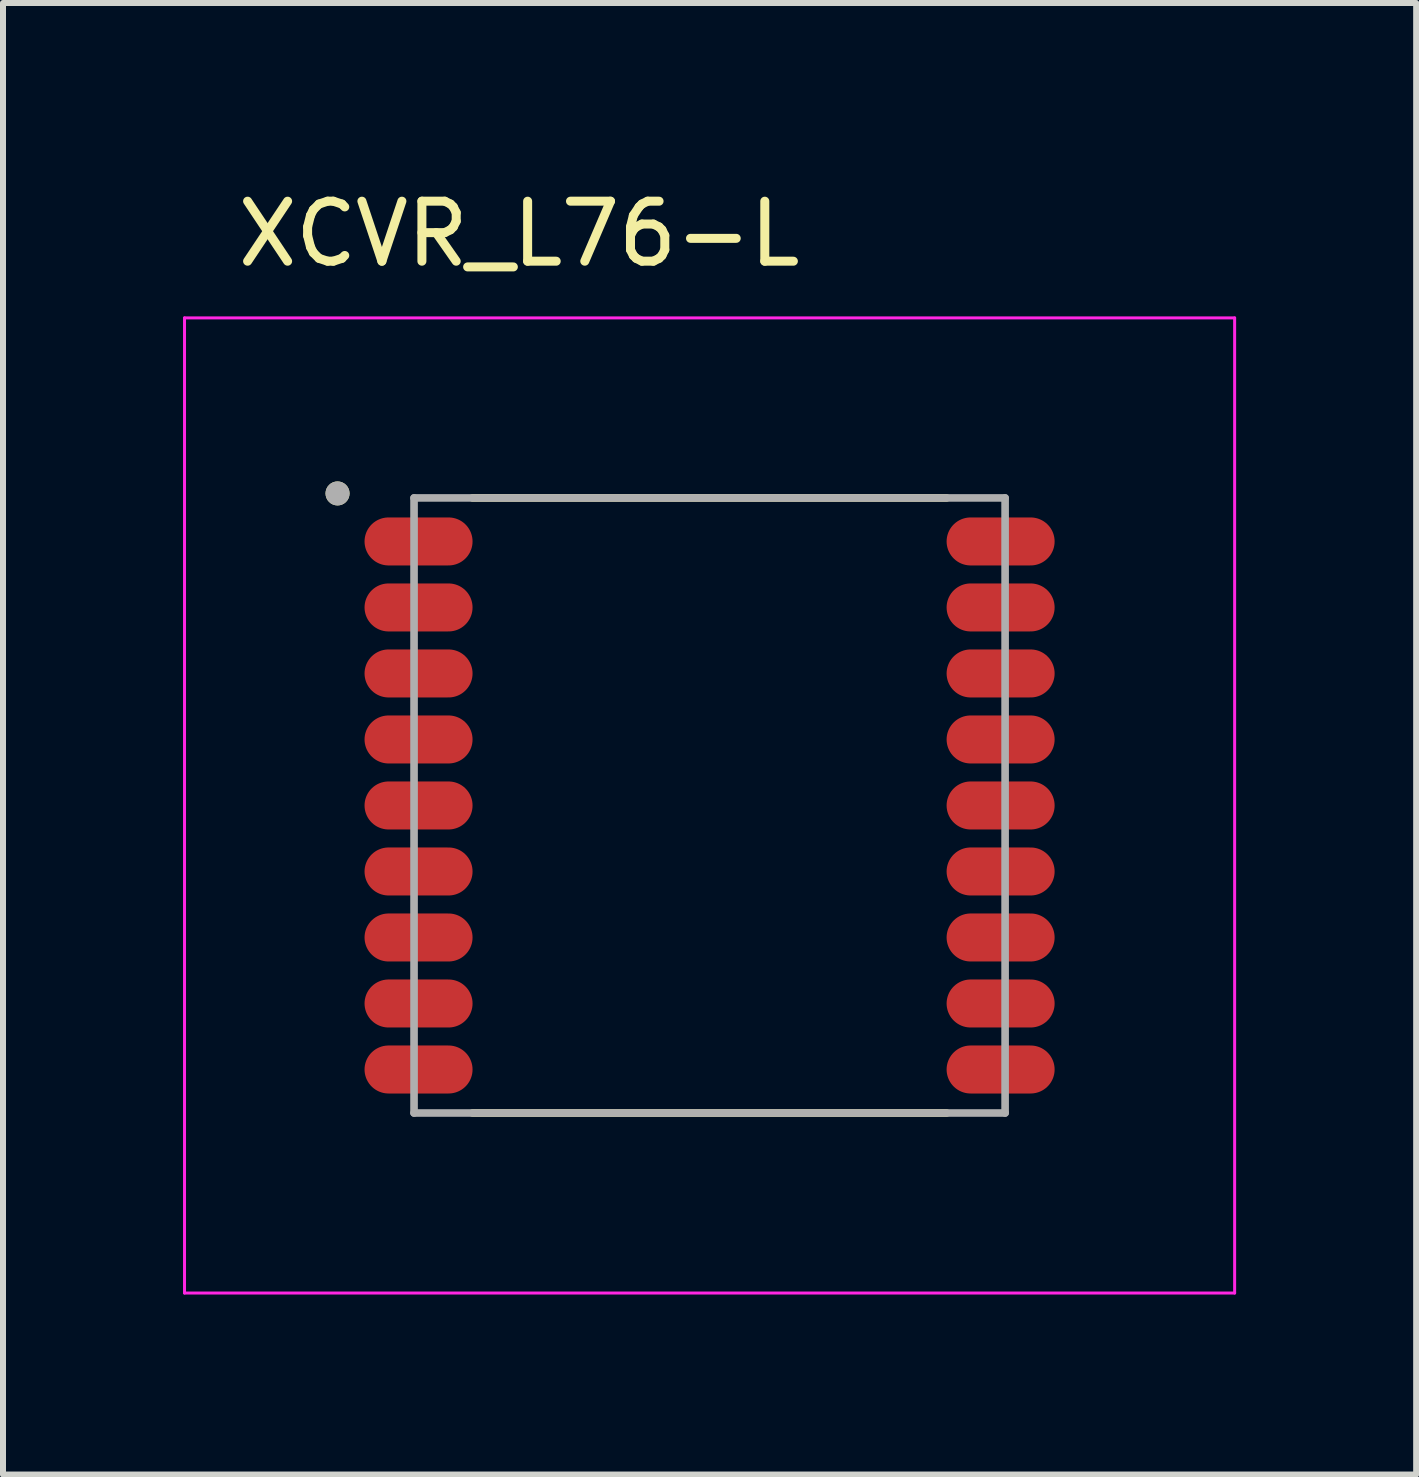
<source format=kicad_pcb>
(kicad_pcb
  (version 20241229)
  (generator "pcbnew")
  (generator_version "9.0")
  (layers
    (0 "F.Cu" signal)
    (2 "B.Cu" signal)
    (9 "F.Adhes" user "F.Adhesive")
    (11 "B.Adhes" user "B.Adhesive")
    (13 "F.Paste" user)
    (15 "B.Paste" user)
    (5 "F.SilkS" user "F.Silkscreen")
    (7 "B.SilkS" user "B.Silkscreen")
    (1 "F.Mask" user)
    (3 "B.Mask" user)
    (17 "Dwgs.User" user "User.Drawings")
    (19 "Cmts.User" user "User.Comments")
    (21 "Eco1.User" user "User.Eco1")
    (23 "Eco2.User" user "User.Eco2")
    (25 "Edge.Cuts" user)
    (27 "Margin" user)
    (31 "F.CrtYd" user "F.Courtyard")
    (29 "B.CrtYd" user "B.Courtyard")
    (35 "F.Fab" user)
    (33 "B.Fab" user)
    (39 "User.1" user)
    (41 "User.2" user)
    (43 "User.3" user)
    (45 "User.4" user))
  (footprint "XCVR_L76-L"
    (layer "F.Cu")
    (at 8.775 10.373)
    (property "Reference" "XCVR_L76-L" (at -3.175 -9.525 0) (layer "F.SilkS") (effects (font (size 1 1) (thickness 0.15))))
    (attr through_hole)
    (fp_line (start -3.95 -5.125) (end 3.95 -5.125) (stroke (width 0.127) (type solid)) (layer "F.SilkS"))
    (fp_line (start -3.95 5.125) (end 3.95 5.125) (stroke (width 0.127) (type solid)) (layer "F.SilkS"))
    (fp_circle (center -6.2 -5.2) (end -6.1 -5.2) (stroke (width 0.2) (type solid)) (fill no) (layer "F.SilkS"))
    (fp_poly (pts (xy -5.1 -4.8) (xy -4.45 -4.8) (xy -4.408 -4.798) (xy -4.367 -4.791) (xy -4.326 -4.78) (xy -4.287 -4.765) (xy -4.25 -4.746) (xy -4.215 -4.724) (xy -4.182 -4.697) (xy -4.153 -4.668) (xy -4.126 -4.635) (xy -4.104 -4.6) (xy -4.085 -4.563) (xy -4.07 -4.524) (xy -4.059 -4.483) (xy -4.052 -4.442) (xy -4.05 -4.4) (xy -4.052 -4.358) (xy -4.059 -4.317) (xy -4.07 -4.276) (xy -4.085 -4.237) (xy -4.104 -4.2) (xy -4.126 -4.165) (xy -4.153 -4.132) (xy -4.182 -4.103) (xy -4.215 -4.076) (xy -4.25 -4.054) (xy -4.287 -4.035) (xy -4.326 -4.02) (xy -4.367 -4.009) (xy -4.408 -4.002) (xy -4.45 -4) (xy -5.75 -4) (xy -5.792 -4.002) (xy -5.833 -4.009) (xy -5.874 -4.02) (xy -5.913 -4.035) (xy -5.95 -4.054) (xy -5.985 -4.076) (xy -6.018 -4.103) (xy -6.047 -4.132) (xy -6.074 -4.165) (xy -6.096 -4.2) (xy -6.115 -4.237) (xy -6.13 -4.276) (xy -6.141 -4.317) (xy -6.148 -4.358) (xy -6.15 -4.4) (xy -6.148 -4.442) (xy -6.141 -4.483) (xy -6.13 -4.524) (xy -6.115 -4.563) (xy -6.096 -4.6) (xy -6.074 -4.635) (xy -6.047 -4.668) (xy -6.018 -4.697) (xy -5.985 -4.724) (xy -5.95 -4.746) (xy -5.913 -4.765) (xy -5.874 -4.78) (xy -5.833 -4.791) (xy -5.792 -4.798) (xy -5.75 -4.8) (xy -5.1 -4.8)) (stroke (width 0.0001) (type solid)) (fill yes) (layer "F.Paste"))
    (fp_poly (pts (xy -5.1 -3.7) (xy -4.45 -3.7) (xy -4.408 -3.698) (xy -4.367 -3.691) (xy -4.326 -3.68) (xy -4.287 -3.665) (xy -4.25 -3.646) (xy -4.215 -3.624) (xy -4.182 -3.597) (xy -4.153 -3.568) (xy -4.126 -3.535) (xy -4.104 -3.5) (xy -4.085 -3.463) (xy -4.07 -3.424) (xy -4.059 -3.383) (xy -4.052 -3.342) (xy -4.05 -3.3) (xy -4.052 -3.258) (xy -4.059 -3.217) (xy -4.07 -3.176) (xy -4.085 -3.137) (xy -4.104 -3.1) (xy -4.126 -3.065) (xy -4.153 -3.032) (xy -4.182 -3.003) (xy -4.215 -2.976) (xy -4.25 -2.954) (xy -4.287 -2.935) (xy -4.326 -2.92) (xy -4.367 -2.909) (xy -4.408 -2.902) (xy -4.45 -2.9) (xy -5.75 -2.9) (xy -5.792 -2.902) (xy -5.833 -2.909) (xy -5.874 -2.92) (xy -5.913 -2.935) (xy -5.95 -2.954) (xy -5.985 -2.976) (xy -6.018 -3.003) (xy -6.047 -3.032) (xy -6.074 -3.065) (xy -6.096 -3.1) (xy -6.115 -3.137) (xy -6.13 -3.176) (xy -6.141 -3.217) (xy -6.148 -3.258) (xy -6.15 -3.3) (xy -6.148 -3.342) (xy -6.141 -3.383) (xy -6.13 -3.424) (xy -6.115 -3.463) (xy -6.096 -3.5) (xy -6.074 -3.535) (xy -6.047 -3.568) (xy -6.018 -3.597) (xy -5.985 -3.624) (xy -5.95 -3.646) (xy -5.913 -3.665) (xy -5.874 -3.68) (xy -5.833 -3.691) (xy -5.792 -3.698) (xy -5.75 -3.7) (xy -5.1 -3.7)) (stroke (width 0.0001) (type solid)) (fill yes) (layer "F.Paste"))
    (fp_poly (pts (xy -5.1 -2.6) (xy -4.45 -2.6) (xy -4.408 -2.598) (xy -4.367 -2.591) (xy -4.326 -2.58) (xy -4.287 -2.565) (xy -4.25 -2.546) (xy -4.215 -2.524) (xy -4.182 -2.497) (xy -4.153 -2.468) (xy -4.126 -2.435) (xy -4.104 -2.4) (xy -4.085 -2.363) (xy -4.07 -2.324) (xy -4.059 -2.283) (xy -4.052 -2.242) (xy -4.05 -2.2) (xy -4.052 -2.158) (xy -4.059 -2.117) (xy -4.07 -2.076) (xy -4.085 -2.037) (xy -4.104 -2) (xy -4.126 -1.965) (xy -4.153 -1.932) (xy -4.182 -1.903) (xy -4.215 -1.876) (xy -4.25 -1.854) (xy -4.287 -1.835) (xy -4.326 -1.82) (xy -4.367 -1.809) (xy -4.408 -1.802) (xy -4.45 -1.8) (xy -5.75 -1.8) (xy -5.792 -1.802) (xy -5.833 -1.809) (xy -5.874 -1.82) (xy -5.913 -1.835) (xy -5.95 -1.854) (xy -5.985 -1.876) (xy -6.018 -1.903) (xy -6.047 -1.932) (xy -6.074 -1.965) (xy -6.096 -2) (xy -6.115 -2.037) (xy -6.13 -2.076) (xy -6.141 -2.117) (xy -6.148 -2.158) (xy -6.15 -2.2) (xy -6.148 -2.242) (xy -6.141 -2.283) (xy -6.13 -2.324) (xy -6.115 -2.363) (xy -6.096 -2.4) (xy -6.074 -2.435) (xy -6.047 -2.468) (xy -6.018 -2.497) (xy -5.985 -2.524) (xy -5.95 -2.546) (xy -5.913 -2.565) (xy -5.874 -2.58) (xy -5.833 -2.591) (xy -5.792 -2.598) (xy -5.75 -2.6) (xy -5.1 -2.6)) (stroke (width 0.0001) (type solid)) (fill yes) (layer "F.Paste"))
    (fp_poly (pts (xy -5.1 -1.5) (xy -4.45 -1.5) (xy -4.408 -1.498) (xy -4.367 -1.491) (xy -4.326 -1.48) (xy -4.287 -1.465) (xy -4.25 -1.446) (xy -4.215 -1.424) (xy -4.182 -1.397) (xy -4.153 -1.368) (xy -4.126 -1.335) (xy -4.104 -1.3) (xy -4.085 -1.263) (xy -4.07 -1.224) (xy -4.059 -1.183) (xy -4.052 -1.142) (xy -4.05 -1.1) (xy -4.052 -1.058) (xy -4.059 -1.017) (xy -4.07 -0.976) (xy -4.085 -0.937) (xy -4.104 -0.9) (xy -4.126 -0.865) (xy -4.153 -0.832) (xy -4.182 -0.803) (xy -4.215 -0.776) (xy -4.25 -0.754) (xy -4.287 -0.735) (xy -4.326 -0.72) (xy -4.367 -0.709) (xy -4.408 -0.702) (xy -4.45 -0.7) (xy -5.75 -0.7) (xy -5.792 -0.702) (xy -5.833 -0.709) (xy -5.874 -0.72) (xy -5.913 -0.735) (xy -5.95 -0.754) (xy -5.985 -0.776) (xy -6.018 -0.803) (xy -6.047 -0.832) (xy -6.074 -0.865) (xy -6.096 -0.9) (xy -6.115 -0.937) (xy -6.13 -0.976) (xy -6.141 -1.017) (xy -6.148 -1.058) (xy -6.15 -1.1) (xy -6.148 -1.142) (xy -6.141 -1.183) (xy -6.13 -1.224) (xy -6.115 -1.263) (xy -6.096 -1.3) (xy -6.074 -1.335) (xy -6.047 -1.368) (xy -6.018 -1.397) (xy -5.985 -1.424) (xy -5.95 -1.446) (xy -5.913 -1.465) (xy -5.874 -1.48) (xy -5.833 -1.491) (xy -5.792 -1.498) (xy -5.75 -1.5) (xy -5.1 -1.5)) (stroke (width 0.0001) (type solid)) (fill yes) (layer "F.Paste"))
    (fp_poly (pts (xy -5.1 -0.4) (xy -4.45 -0.4) (xy -4.408 -0.398) (xy -4.367 -0.391) (xy -4.326 -0.38) (xy -4.287 -0.365) (xy -4.25 -0.346) (xy -4.215 -0.324) (xy -4.182 -0.297) (xy -4.153 -0.268) (xy -4.126 -0.235) (xy -4.104 -0.2) (xy -4.085 -0.163) (xy -4.07 -0.124) (xy -4.059 -0.083) (xy -4.052 -0.042) (xy -4.05 0) (xy -4.052 0.042) (xy -4.059 0.083) (xy -4.07 0.124) (xy -4.085 0.163) (xy -4.104 0.2) (xy -4.126 0.235) (xy -4.153 0.268) (xy -4.182 0.297) (xy -4.215 0.324) (xy -4.25 0.346) (xy -4.287 0.365) (xy -4.326 0.38) (xy -4.367 0.391) (xy -4.408 0.398) (xy -4.45 0.4) (xy -5.75 0.4) (xy -5.792 0.398) (xy -5.833 0.391) (xy -5.874 0.38) (xy -5.913 0.365) (xy -5.95 0.346) (xy -5.985 0.324) (xy -6.018 0.297) (xy -6.047 0.268) (xy -6.074 0.235) (xy -6.096 0.2) (xy -6.115 0.163) (xy -6.13 0.124) (xy -6.141 0.083) (xy -6.148 0.042) (xy -6.15 0) (xy -6.148 -0.042) (xy -6.141 -0.083) (xy -6.13 -0.124) (xy -6.115 -0.163) (xy -6.096 -0.2) (xy -6.074 -0.235) (xy -6.047 -0.268) (xy -6.018 -0.297) (xy -5.985 -0.324) (xy -5.95 -0.346) (xy -5.913 -0.365) (xy -5.874 -0.38) (xy -5.833 -0.391) (xy -5.792 -0.398) (xy -5.75 -0.4) (xy -5.1 -0.4)) (stroke (width 0.0001) (type solid)) (fill yes) (layer "F.Paste"))
    (fp_poly (pts (xy -5.1 0.7) (xy -4.45 0.7) (xy -4.408 0.702) (xy -4.367 0.709) (xy -4.326 0.72) (xy -4.287 0.735) (xy -4.25 0.754) (xy -4.215 0.776) (xy -4.182 0.803) (xy -4.153 0.832) (xy -4.126 0.865) (xy -4.104 0.9) (xy -4.085 0.937) (xy -4.07 0.976) (xy -4.059 1.017) (xy -4.052 1.058) (xy -4.05 1.1) (xy -4.052 1.142) (xy -4.059 1.183) (xy -4.07 1.224) (xy -4.085 1.263) (xy -4.104 1.3) (xy -4.126 1.335) (xy -4.153 1.368) (xy -4.182 1.397) (xy -4.215 1.424) (xy -4.25 1.446) (xy -4.287 1.465) (xy -4.326 1.48) (xy -4.367 1.491) (xy -4.408 1.498) (xy -4.45 1.5) (xy -5.75 1.5) (xy -5.792 1.498) (xy -5.833 1.491) (xy -5.874 1.48) (xy -5.913 1.465) (xy -5.95 1.446) (xy -5.985 1.424) (xy -6.018 1.397) (xy -6.047 1.368) (xy -6.074 1.335) (xy -6.096 1.3) (xy -6.115 1.263) (xy -6.13 1.224) (xy -6.141 1.183) (xy -6.148 1.142) (xy -6.15 1.1) (xy -6.148 1.058) (xy -6.141 1.017) (xy -6.13 0.976) (xy -6.115 0.937) (xy -6.096 0.9) (xy -6.074 0.865) (xy -6.047 0.832) (xy -6.018 0.803) (xy -5.985 0.776) (xy -5.95 0.754) (xy -5.913 0.735) (xy -5.874 0.72) (xy -5.833 0.709) (xy -5.792 0.702) (xy -5.75 0.7) (xy -5.1 0.7)) (stroke (width 0.0001) (type solid)) (fill yes) (layer "F.Paste"))
    (fp_poly (pts (xy -5.1 1.8) (xy -4.45 1.8) (xy -4.408 1.802) (xy -4.367 1.809) (xy -4.326 1.82) (xy -4.287 1.835) (xy -4.25 1.854) (xy -4.215 1.876) (xy -4.182 1.903) (xy -4.153 1.932) (xy -4.126 1.965) (xy -4.104 2) (xy -4.085 2.037) (xy -4.07 2.076) (xy -4.059 2.117) (xy -4.052 2.158) (xy -4.05 2.2) (xy -4.052 2.242) (xy -4.059 2.283) (xy -4.07 2.324) (xy -4.085 2.363) (xy -4.104 2.4) (xy -4.126 2.435) (xy -4.153 2.468) (xy -4.182 2.497) (xy -4.215 2.524) (xy -4.25 2.546) (xy -4.287 2.565) (xy -4.326 2.58) (xy -4.367 2.591) (xy -4.408 2.598) (xy -4.45 2.6) (xy -5.75 2.6) (xy -5.792 2.598) (xy -5.833 2.591) (xy -5.874 2.58) (xy -5.913 2.565) (xy -5.95 2.546) (xy -5.985 2.524) (xy -6.018 2.497) (xy -6.047 2.468) (xy -6.074 2.435) (xy -6.096 2.4) (xy -6.115 2.363) (xy -6.13 2.324) (xy -6.141 2.283) (xy -6.148 2.242) (xy -6.15 2.2) (xy -6.148 2.158) (xy -6.141 2.117) (xy -6.13 2.076) (xy -6.115 2.037) (xy -6.096 2) (xy -6.074 1.965) (xy -6.047 1.932) (xy -6.018 1.903) (xy -5.985 1.876) (xy -5.95 1.854) (xy -5.913 1.835) (xy -5.874 1.82) (xy -5.833 1.809) (xy -5.792 1.802) (xy -5.75 1.8) (xy -5.1 1.8)) (stroke (width 0.0001) (type solid)) (fill yes) (layer "F.Paste"))
    (fp_poly (pts (xy -5.1 2.9) (xy -4.45 2.9) (xy -4.408 2.902) (xy -4.367 2.909) (xy -4.326 2.92) (xy -4.287 2.935) (xy -4.25 2.954) (xy -4.215 2.976) (xy -4.182 3.003) (xy -4.153 3.032) (xy -4.126 3.065) (xy -4.104 3.1) (xy -4.085 3.137) (xy -4.07 3.176) (xy -4.059 3.217) (xy -4.052 3.258) (xy -4.05 3.3) (xy -4.052 3.342) (xy -4.059 3.383) (xy -4.07 3.424) (xy -4.085 3.463) (xy -4.104 3.5) (xy -4.126 3.535) (xy -4.153 3.568) (xy -4.182 3.597) (xy -4.215 3.624) (xy -4.25 3.646) (xy -4.287 3.665) (xy -4.326 3.68) (xy -4.367 3.691) (xy -4.408 3.698) (xy -4.45 3.7) (xy -5.75 3.7) (xy -5.792 3.698) (xy -5.833 3.691) (xy -5.874 3.68) (xy -5.913 3.665) (xy -5.95 3.646) (xy -5.985 3.624) (xy -6.018 3.597) (xy -6.047 3.568) (xy -6.074 3.535) (xy -6.096 3.5) (xy -6.115 3.463) (xy -6.13 3.424) (xy -6.141 3.383) (xy -6.148 3.342) (xy -6.15 3.3) (xy -6.148 3.258) (xy -6.141 3.217) (xy -6.13 3.176) (xy -6.115 3.137) (xy -6.096 3.1) (xy -6.074 3.065) (xy -6.047 3.032) (xy -6.018 3.003) (xy -5.985 2.976) (xy -5.95 2.954) (xy -5.913 2.935) (xy -5.874 2.92) (xy -5.833 2.909) (xy -5.792 2.902) (xy -5.75 2.9) (xy -5.1 2.9)) (stroke (width 0.0001) (type solid)) (fill yes) (layer "F.Paste"))
    (fp_poly (pts (xy -5.1 4) (xy -4.45 4) (xy -4.408 4.002) (xy -4.367 4.009) (xy -4.326 4.02) (xy -4.287 4.035) (xy -4.25 4.054) (xy -4.215 4.076) (xy -4.182 4.103) (xy -4.153 4.132) (xy -4.126 4.165) (xy -4.104 4.2) (xy -4.085 4.237) (xy -4.07 4.276) (xy -4.059 4.317) (xy -4.052 4.358) (xy -4.05 4.4) (xy -4.052 4.442) (xy -4.059 4.483) (xy -4.07 4.524) (xy -4.085 4.563) (xy -4.104 4.6) (xy -4.126 4.635) (xy -4.153 4.668) (xy -4.182 4.697) (xy -4.215 4.724) (xy -4.25 4.746) (xy -4.287 4.765) (xy -4.326 4.78) (xy -4.367 4.791) (xy -4.408 4.798) (xy -4.45 4.8) (xy -5.75 4.8) (xy -5.792 4.798) (xy -5.833 4.791) (xy -5.874 4.78) (xy -5.913 4.765) (xy -5.95 4.746) (xy -5.985 4.724) (xy -6.018 4.697) (xy -6.047 4.668) (xy -6.074 4.635) (xy -6.096 4.6) (xy -6.115 4.563) (xy -6.13 4.524) (xy -6.141 4.483) (xy -6.148 4.442) (xy -6.15 4.4) (xy -6.148 4.358) (xy -6.141 4.317) (xy -6.13 4.276) (xy -6.115 4.237) (xy -6.096 4.2) (xy -6.074 4.165) (xy -6.047 4.132) (xy -6.018 4.103) (xy -5.985 4.076) (xy -5.95 4.054) (xy -5.913 4.035) (xy -5.874 4.02) (xy -5.833 4.009) (xy -5.792 4.002) (xy -5.75 4) (xy -5.1 4)) (stroke (width 0.0001) (type solid)) (fill yes) (layer "F.Paste"))
    (fp_poly (pts (xy 5.1 -4.8) (xy 5.75 -4.8) (xy 5.792 -4.798) (xy 5.833 -4.791) (xy 5.874 -4.78) (xy 5.913 -4.765) (xy 5.95 -4.746) (xy 5.985 -4.724) (xy 6.018 -4.697) (xy 6.047 -4.668) (xy 6.074 -4.635) (xy 6.096 -4.6) (xy 6.115 -4.563) (xy 6.13 -4.524) (xy 6.141 -4.483) (xy 6.148 -4.442) (xy 6.15 -4.4) (xy 6.148 -4.358) (xy 6.141 -4.317) (xy 6.13 -4.276) (xy 6.115 -4.237) (xy 6.096 -4.2) (xy 6.074 -4.165) (xy 6.047 -4.132) (xy 6.018 -4.103) (xy 5.985 -4.076) (xy 5.95 -4.054) (xy 5.913 -4.035) (xy 5.874 -4.02) (xy 5.833 -4.009) (xy 5.792 -4.002) (xy 5.75 -4) (xy 4.45 -4) (xy 4.408 -4.002) (xy 4.367 -4.009) (xy 4.326 -4.02) (xy 4.287 -4.035) (xy 4.25 -4.054) (xy 4.215 -4.076) (xy 4.182 -4.103) (xy 4.153 -4.132) (xy 4.126 -4.165) (xy 4.104 -4.2) (xy 4.085 -4.237) (xy 4.07 -4.276) (xy 4.059 -4.317) (xy 4.052 -4.358) (xy 4.05 -4.4) (xy 4.052 -4.442) (xy 4.059 -4.483) (xy 4.07 -4.524) (xy 4.085 -4.563) (xy 4.104 -4.6) (xy 4.126 -4.635) (xy 4.153 -4.668) (xy 4.182 -4.697) (xy 4.215 -4.724) (xy 4.25 -4.746) (xy 4.287 -4.765) (xy 4.326 -4.78) (xy 4.367 -4.791) (xy 4.408 -4.798) (xy 4.45 -4.8) (xy 5.1 -4.8)) (stroke (width 0.0001) (type solid)) (fill yes) (layer "F.Paste"))
    (fp_poly (pts (xy 5.1 -3.7) (xy 5.75 -3.7) (xy 5.792 -3.698) (xy 5.833 -3.691) (xy 5.874 -3.68) (xy 5.913 -3.665) (xy 5.95 -3.646) (xy 5.985 -3.624) (xy 6.018 -3.597) (xy 6.047 -3.568) (xy 6.074 -3.535) (xy 6.096 -3.5) (xy 6.115 -3.463) (xy 6.13 -3.424) (xy 6.141 -3.383) (xy 6.148 -3.342) (xy 6.15 -3.3) (xy 6.148 -3.258) (xy 6.141 -3.217) (xy 6.13 -3.176) (xy 6.115 -3.137) (xy 6.096 -3.1) (xy 6.074 -3.065) (xy 6.047 -3.032) (xy 6.018 -3.003) (xy 5.985 -2.976) (xy 5.95 -2.954) (xy 5.913 -2.935) (xy 5.874 -2.92) (xy 5.833 -2.909) (xy 5.792 -2.902) (xy 5.75 -2.9) (xy 4.45 -2.9) (xy 4.408 -2.902) (xy 4.367 -2.909) (xy 4.326 -2.92) (xy 4.287 -2.935) (xy 4.25 -2.954) (xy 4.215 -2.976) (xy 4.182 -3.003) (xy 4.153 -3.032) (xy 4.126 -3.065) (xy 4.104 -3.1) (xy 4.085 -3.137) (xy 4.07 -3.176) (xy 4.059 -3.217) (xy 4.052 -3.258) (xy 4.05 -3.3) (xy 4.052 -3.342) (xy 4.059 -3.383) (xy 4.07 -3.424) (xy 4.085 -3.463) (xy 4.104 -3.5) (xy 4.126 -3.535) (xy 4.153 -3.568) (xy 4.182 -3.597) (xy 4.215 -3.624) (xy 4.25 -3.646) (xy 4.287 -3.665) (xy 4.326 -3.68) (xy 4.367 -3.691) (xy 4.408 -3.698) (xy 4.45 -3.7) (xy 5.1 -3.7)) (stroke (width 0.0001) (type solid)) (fill yes) (layer "F.Paste"))
    (fp_poly (pts (xy 5.1 -2.6) (xy 5.75 -2.6) (xy 5.792 -2.598) (xy 5.833 -2.591) (xy 5.874 -2.58) (xy 5.913 -2.565) (xy 5.95 -2.546) (xy 5.985 -2.524) (xy 6.018 -2.497) (xy 6.047 -2.468) (xy 6.074 -2.435) (xy 6.096 -2.4) (xy 6.115 -2.363) (xy 6.13 -2.324) (xy 6.141 -2.283) (xy 6.148 -2.242) (xy 6.15 -2.2) (xy 6.148 -2.158) (xy 6.141 -2.117) (xy 6.13 -2.076) (xy 6.115 -2.037) (xy 6.096 -2) (xy 6.074 -1.965) (xy 6.047 -1.932) (xy 6.018 -1.903) (xy 5.985 -1.876) (xy 5.95 -1.854) (xy 5.913 -1.835) (xy 5.874 -1.82) (xy 5.833 -1.809) (xy 5.792 -1.802) (xy 5.75 -1.8) (xy 4.45 -1.8) (xy 4.408 -1.802) (xy 4.367 -1.809) (xy 4.326 -1.82) (xy 4.287 -1.835) (xy 4.25 -1.854) (xy 4.215 -1.876) (xy 4.182 -1.903) (xy 4.153 -1.932) (xy 4.126 -1.965) (xy 4.104 -2) (xy 4.085 -2.037) (xy 4.07 -2.076) (xy 4.059 -2.117) (xy 4.052 -2.158) (xy 4.05 -2.2) (xy 4.052 -2.242) (xy 4.059 -2.283) (xy 4.07 -2.324) (xy 4.085 -2.363) (xy 4.104 -2.4) (xy 4.126 -2.435) (xy 4.153 -2.468) (xy 4.182 -2.497) (xy 4.215 -2.524) (xy 4.25 -2.546) (xy 4.287 -2.565) (xy 4.326 -2.58) (xy 4.367 -2.591) (xy 4.408 -2.598) (xy 4.45 -2.6) (xy 5.1 -2.6)) (stroke (width 0.0001) (type solid)) (fill yes) (layer "F.Paste"))
    (fp_poly (pts (xy 5.1 -1.5) (xy 5.75 -1.5) (xy 5.792 -1.498) (xy 5.833 -1.491) (xy 5.874 -1.48) (xy 5.913 -1.465) (xy 5.95 -1.446) (xy 5.985 -1.424) (xy 6.018 -1.397) (xy 6.047 -1.368) (xy 6.074 -1.335) (xy 6.096 -1.3) (xy 6.115 -1.263) (xy 6.13 -1.224) (xy 6.141 -1.183) (xy 6.148 -1.142) (xy 6.15 -1.1) (xy 6.148 -1.058) (xy 6.141 -1.017) (xy 6.13 -0.976) (xy 6.115 -0.937) (xy 6.096 -0.9) (xy 6.074 -0.865) (xy 6.047 -0.832) (xy 6.018 -0.803) (xy 5.985 -0.776) (xy 5.95 -0.754) (xy 5.913 -0.735) (xy 5.874 -0.72) (xy 5.833 -0.709) (xy 5.792 -0.702) (xy 5.75 -0.7) (xy 4.45 -0.7) (xy 4.408 -0.702) (xy 4.367 -0.709) (xy 4.326 -0.72) (xy 4.287 -0.735) (xy 4.25 -0.754) (xy 4.215 -0.776) (xy 4.182 -0.803) (xy 4.153 -0.832) (xy 4.126 -0.865) (xy 4.104 -0.9) (xy 4.085 -0.937) (xy 4.07 -0.976) (xy 4.059 -1.017) (xy 4.052 -1.058) (xy 4.05 -1.1) (xy 4.052 -1.142) (xy 4.059 -1.183) (xy 4.07 -1.224) (xy 4.085 -1.263) (xy 4.104 -1.3) (xy 4.126 -1.335) (xy 4.153 -1.368) (xy 4.182 -1.397) (xy 4.215 -1.424) (xy 4.25 -1.446) (xy 4.287 -1.465) (xy 4.326 -1.48) (xy 4.367 -1.491) (xy 4.408 -1.498) (xy 4.45 -1.5) (xy 5.1 -1.5)) (stroke (width 0.0001) (type solid)) (fill yes) (layer "F.Paste"))
    (fp_poly (pts (xy 5.1 -0.4) (xy 5.75 -0.4) (xy 5.792 -0.398) (xy 5.833 -0.391) (xy 5.874 -0.38) (xy 5.913 -0.365) (xy 5.95 -0.346) (xy 5.985 -0.324) (xy 6.018 -0.297) (xy 6.047 -0.268) (xy 6.074 -0.235) (xy 6.096 -0.2) (xy 6.115 -0.163) (xy 6.13 -0.124) (xy 6.141 -0.083) (xy 6.148 -0.042) (xy 6.15 0) (xy 6.148 0.042) (xy 6.141 0.083) (xy 6.13 0.124) (xy 6.115 0.163) (xy 6.096 0.2) (xy 6.074 0.235) (xy 6.047 0.268) (xy 6.018 0.297) (xy 5.985 0.324) (xy 5.95 0.346) (xy 5.913 0.365) (xy 5.874 0.38) (xy 5.833 0.391) (xy 5.792 0.398) (xy 5.75 0.4) (xy 4.45 0.4) (xy 4.408 0.398) (xy 4.367 0.391) (xy 4.326 0.38) (xy 4.287 0.365) (xy 4.25 0.346) (xy 4.215 0.324) (xy 4.182 0.297) (xy 4.153 0.268) (xy 4.126 0.235) (xy 4.104 0.2) (xy 4.085 0.163) (xy 4.07 0.124) (xy 4.059 0.083) (xy 4.052 0.042) (xy 4.05 0) (xy 4.052 -0.042) (xy 4.059 -0.083) (xy 4.07 -0.124) (xy 4.085 -0.163) (xy 4.104 -0.2) (xy 4.126 -0.235) (xy 4.153 -0.268) (xy 4.182 -0.297) (xy 4.215 -0.324) (xy 4.25 -0.346) (xy 4.287 -0.365) (xy 4.326 -0.38) (xy 4.367 -0.391) (xy 4.408 -0.398) (xy 4.45 -0.4) (xy 5.1 -0.4)) (stroke (width 0.0001) (type solid)) (fill yes) (layer "F.Paste"))
    (fp_poly (pts (xy 5.1 0.7) (xy 5.75 0.7) (xy 5.792 0.702) (xy 5.833 0.709) (xy 5.874 0.72) (xy 5.913 0.735) (xy 5.95 0.754) (xy 5.985 0.776) (xy 6.018 0.803) (xy 6.047 0.832) (xy 6.074 0.865) (xy 6.096 0.9) (xy 6.115 0.937) (xy 6.13 0.976) (xy 6.141 1.017) (xy 6.148 1.058) (xy 6.15 1.1) (xy 6.148 1.142) (xy 6.141 1.183) (xy 6.13 1.224) (xy 6.115 1.263) (xy 6.096 1.3) (xy 6.074 1.335) (xy 6.047 1.368) (xy 6.018 1.397) (xy 5.985 1.424) (xy 5.95 1.446) (xy 5.913 1.465) (xy 5.874 1.48) (xy 5.833 1.491) (xy 5.792 1.498) (xy 5.75 1.5) (xy 4.45 1.5) (xy 4.408 1.498) (xy 4.367 1.491) (xy 4.326 1.48) (xy 4.287 1.465) (xy 4.25 1.446) (xy 4.215 1.424) (xy 4.182 1.397) (xy 4.153 1.368) (xy 4.126 1.335) (xy 4.104 1.3) (xy 4.085 1.263) (xy 4.07 1.224) (xy 4.059 1.183) (xy 4.052 1.142) (xy 4.05 1.1) (xy 4.052 1.058) (xy 4.059 1.017) (xy 4.07 0.976) (xy 4.085 0.937) (xy 4.104 0.9) (xy 4.126 0.865) (xy 4.153 0.832) (xy 4.182 0.803) (xy 4.215 0.776) (xy 4.25 0.754) (xy 4.287 0.735) (xy 4.326 0.72) (xy 4.367 0.709) (xy 4.408 0.702) (xy 4.45 0.7) (xy 5.1 0.7)) (stroke (width 0.0001) (type solid)) (fill yes) (layer "F.Paste"))
    (fp_poly (pts (xy 5.1 1.8) (xy 5.75 1.8) (xy 5.792 1.802) (xy 5.833 1.809) (xy 5.874 1.82) (xy 5.913 1.835) (xy 5.95 1.854) (xy 5.985 1.876) (xy 6.018 1.903) (xy 6.047 1.932) (xy 6.074 1.965) (xy 6.096 2) (xy 6.115 2.037) (xy 6.13 2.076) (xy 6.141 2.117) (xy 6.148 2.158) (xy 6.15 2.2) (xy 6.148 2.242) (xy 6.141 2.283) (xy 6.13 2.324) (xy 6.115 2.363) (xy 6.096 2.4) (xy 6.074 2.435) (xy 6.047 2.468) (xy 6.018 2.497) (xy 5.985 2.524) (xy 5.95 2.546) (xy 5.913 2.565) (xy 5.874 2.58) (xy 5.833 2.591) (xy 5.792 2.598) (xy 5.75 2.6) (xy 4.45 2.6) (xy 4.408 2.598) (xy 4.367 2.591) (xy 4.326 2.58) (xy 4.287 2.565) (xy 4.25 2.546) (xy 4.215 2.524) (xy 4.182 2.497) (xy 4.153 2.468) (xy 4.126 2.435) (xy 4.104 2.4) (xy 4.085 2.363) (xy 4.07 2.324) (xy 4.059 2.283) (xy 4.052 2.242) (xy 4.05 2.2) (xy 4.052 2.158) (xy 4.059 2.117) (xy 4.07 2.076) (xy 4.085 2.037) (xy 4.104 2) (xy 4.126 1.965) (xy 4.153 1.932) (xy 4.182 1.903) (xy 4.215 1.876) (xy 4.25 1.854) (xy 4.287 1.835) (xy 4.326 1.82) (xy 4.367 1.809) (xy 4.408 1.802) (xy 4.45 1.8) (xy 5.1 1.8)) (stroke (width 0.0001) (type solid)) (fill yes) (layer "F.Paste"))
    (fp_poly (pts (xy 5.1 2.9) (xy 5.75 2.9) (xy 5.792 2.902) (xy 5.833 2.909) (xy 5.874 2.92) (xy 5.913 2.935) (xy 5.95 2.954) (xy 5.985 2.976) (xy 6.018 3.003) (xy 6.047 3.032) (xy 6.074 3.065) (xy 6.096 3.1) (xy 6.115 3.137) (xy 6.13 3.176) (xy 6.141 3.217) (xy 6.148 3.258) (xy 6.15 3.3) (xy 6.148 3.342) (xy 6.141 3.383) (xy 6.13 3.424) (xy 6.115 3.463) (xy 6.096 3.5) (xy 6.074 3.535) (xy 6.047 3.568) (xy 6.018 3.597) (xy 5.985 3.624) (xy 5.95 3.646) (xy 5.913 3.665) (xy 5.874 3.68) (xy 5.833 3.691) (xy 5.792 3.698) (xy 5.75 3.7) (xy 4.45 3.7) (xy 4.408 3.698) (xy 4.367 3.691) (xy 4.326 3.68) (xy 4.287 3.665) (xy 4.25 3.646) (xy 4.215 3.624) (xy 4.182 3.597) (xy 4.153 3.568) (xy 4.126 3.535) (xy 4.104 3.5) (xy 4.085 3.463) (xy 4.07 3.424) (xy 4.059 3.383) (xy 4.052 3.342) (xy 4.05 3.3) (xy 4.052 3.258) (xy 4.059 3.217) (xy 4.07 3.176) (xy 4.085 3.137) (xy 4.104 3.1) (xy 4.126 3.065) (xy 4.153 3.032) (xy 4.182 3.003) (xy 4.215 2.976) (xy 4.25 2.954) (xy 4.287 2.935) (xy 4.326 2.92) (xy 4.367 2.909) (xy 4.408 2.902) (xy 4.45 2.9) (xy 5.1 2.9)) (stroke (width 0.0001) (type solid)) (fill yes) (layer "F.Paste"))
    (fp_poly (pts (xy 5.1 4) (xy 5.75 4) (xy 5.792 4.002) (xy 5.833 4.009) (xy 5.874 4.02) (xy 5.913 4.035) (xy 5.95 4.054) (xy 5.985 4.076) (xy 6.018 4.103) (xy 6.047 4.132) (xy 6.074 4.165) (xy 6.096 4.2) (xy 6.115 4.237) (xy 6.13 4.276) (xy 6.141 4.317) (xy 6.148 4.358) (xy 6.15 4.4) (xy 6.148 4.442) (xy 6.141 4.483) (xy 6.13 4.524) (xy 6.115 4.563) (xy 6.096 4.6) (xy 6.074 4.635) (xy 6.047 4.668) (xy 6.018 4.697) (xy 5.985 4.724) (xy 5.95 4.746) (xy 5.913 4.765) (xy 5.874 4.78) (xy 5.833 4.791) (xy 5.792 4.798) (xy 5.75 4.8) (xy 4.45 4.8) (xy 4.408 4.798) (xy 4.367 4.791) (xy 4.326 4.78) (xy 4.287 4.765) (xy 4.25 4.746) (xy 4.215 4.724) (xy 4.182 4.697) (xy 4.153 4.668) (xy 4.126 4.635) (xy 4.104 4.6) (xy 4.085 4.563) (xy 4.07 4.524) (xy 4.059 4.483) (xy 4.052 4.442) (xy 4.05 4.4) (xy 4.052 4.358) (xy 4.059 4.317) (xy 4.07 4.276) (xy 4.085 4.237) (xy 4.104 4.2) (xy 4.126 4.165) (xy 4.153 4.132) (xy 4.182 4.103) (xy 4.215 4.076) (xy 4.25 4.054) (xy 4.287 4.035) (xy 4.326 4.02) (xy 4.367 4.009) (xy 4.408 4.002) (xy 4.45 4) (xy 5.1 4)) (stroke (width 0.0001) (type solid)) (fill yes) (layer "F.Paste"))
    (fp_line (start -8.75 -8.125) (end 8.75 -8.125) (stroke (width 0.05) (type solid)) (layer "F.CrtYd"))
    (fp_line (start -8.75 8.125) (end -8.75 -8.125) (stroke (width 0.05) (type solid)) (layer "F.CrtYd"))
    (fp_line (start 8.75 -8.125) (end 8.75 8.125) (stroke (width 0.05) (type solid)) (layer "F.CrtYd"))
    (fp_line (start 8.75 8.125) (end -8.75 8.125) (stroke (width 0.05) (type solid)) (layer "F.CrtYd"))
    (fp_line (start -4.925 -5.125) (end -4.925 5.125) (stroke (width 0.127) (type solid)) (layer "F.Fab"))
    (fp_line (start -4.925 5.125) (end 4.925 5.125) (stroke (width 0.127) (type solid)) (layer "F.Fab"))
    (fp_line (start 4.925 -5.125) (end -4.925 -5.125) (stroke (width 0.127) (type solid)) (layer "F.Fab"))
    (fp_line (start 4.925 5.125) (end 4.925 -5.125) (stroke (width 0.127) (type solid)) (layer "F.Fab"))
    (fp_circle (center -6.2 -5.2) (end -6.1 -5.2) (stroke (width 0.2) (type solid)) (fill no) (layer "F.Fab"))
    (pad "1" smd oval (at -4.85 -4.4) (size 1.8 0.8) (layers "F.Cu" "F.Mask"))
    (pad "2" smd oval (at -4.85 -3.3) (size 1.8 0.8) (layers "F.Cu" "F.Mask"))
    (pad "3" smd oval (at -4.85 -2.2) (size 1.8 0.8) (layers "F.Cu" "F.Mask"))
    (pad "4" smd oval (at -4.85 -1.1) (size 1.8 0.8) (layers "F.Cu" "F.Mask"))
    (pad "5" smd oval (at -4.85 0) (size 1.8 0.8) (layers "F.Cu" "F.Mask"))
    (pad "6" smd oval (at -4.85 1.1) (size 1.8 0.8) (layers "F.Cu" "F.Mask"))
    (pad "7" smd oval (at -4.85 2.2) (size 1.8 0.8) (layers "F.Cu" "F.Mask"))
    (pad "8" smd oval (at -4.85 3.3) (size 1.8 0.8) (layers "F.Cu" "F.Mask"))
    (pad "9" smd oval (at -4.85 4.4) (size 1.8 0.8) (layers "F.Cu" "F.Mask"))
    (pad "10" smd oval (at 4.85 4.4) (size 1.8 0.8) (layers "F.Cu" "F.Mask"))
    (pad "11" smd oval (at 4.85 3.3) (size 1.8 0.8) (layers "F.Cu" "F.Mask"))
    (pad "12" smd oval (at 4.85 2.2) (size 1.8 0.8) (layers "F.Cu" "F.Mask"))
    (pad "13" smd oval (at 4.85 1.1) (size 1.8 0.8) (layers "F.Cu" "F.Mask"))
    (pad "14" smd oval (at 4.85 0) (size 1.8 0.8) (layers "F.Cu" "F.Mask"))
    (pad "15" smd oval (at 4.85 -1.1) (size 1.8 0.8) (layers "F.Cu" "F.Mask"))
    (pad "16" smd oval (at 4.85 -2.2) (size 1.8 0.8) (layers "F.Cu" "F.Mask"))
    (pad "17" smd oval (at 4.85 -3.3) (size 1.8 0.8) (layers "F.Cu" "F.Mask"))
    (pad "18" smd oval (at 4.85 -4.4) (size 1.8 0.8) (layers "F.Cu" "F.Mask")))
  (gr_rect
    (start -3 -3)
    (end 20.55 21.523)
    (stroke (width 0.1) (type default))
    (fill no)
    (layer "Edge.Cuts")))
</source>
